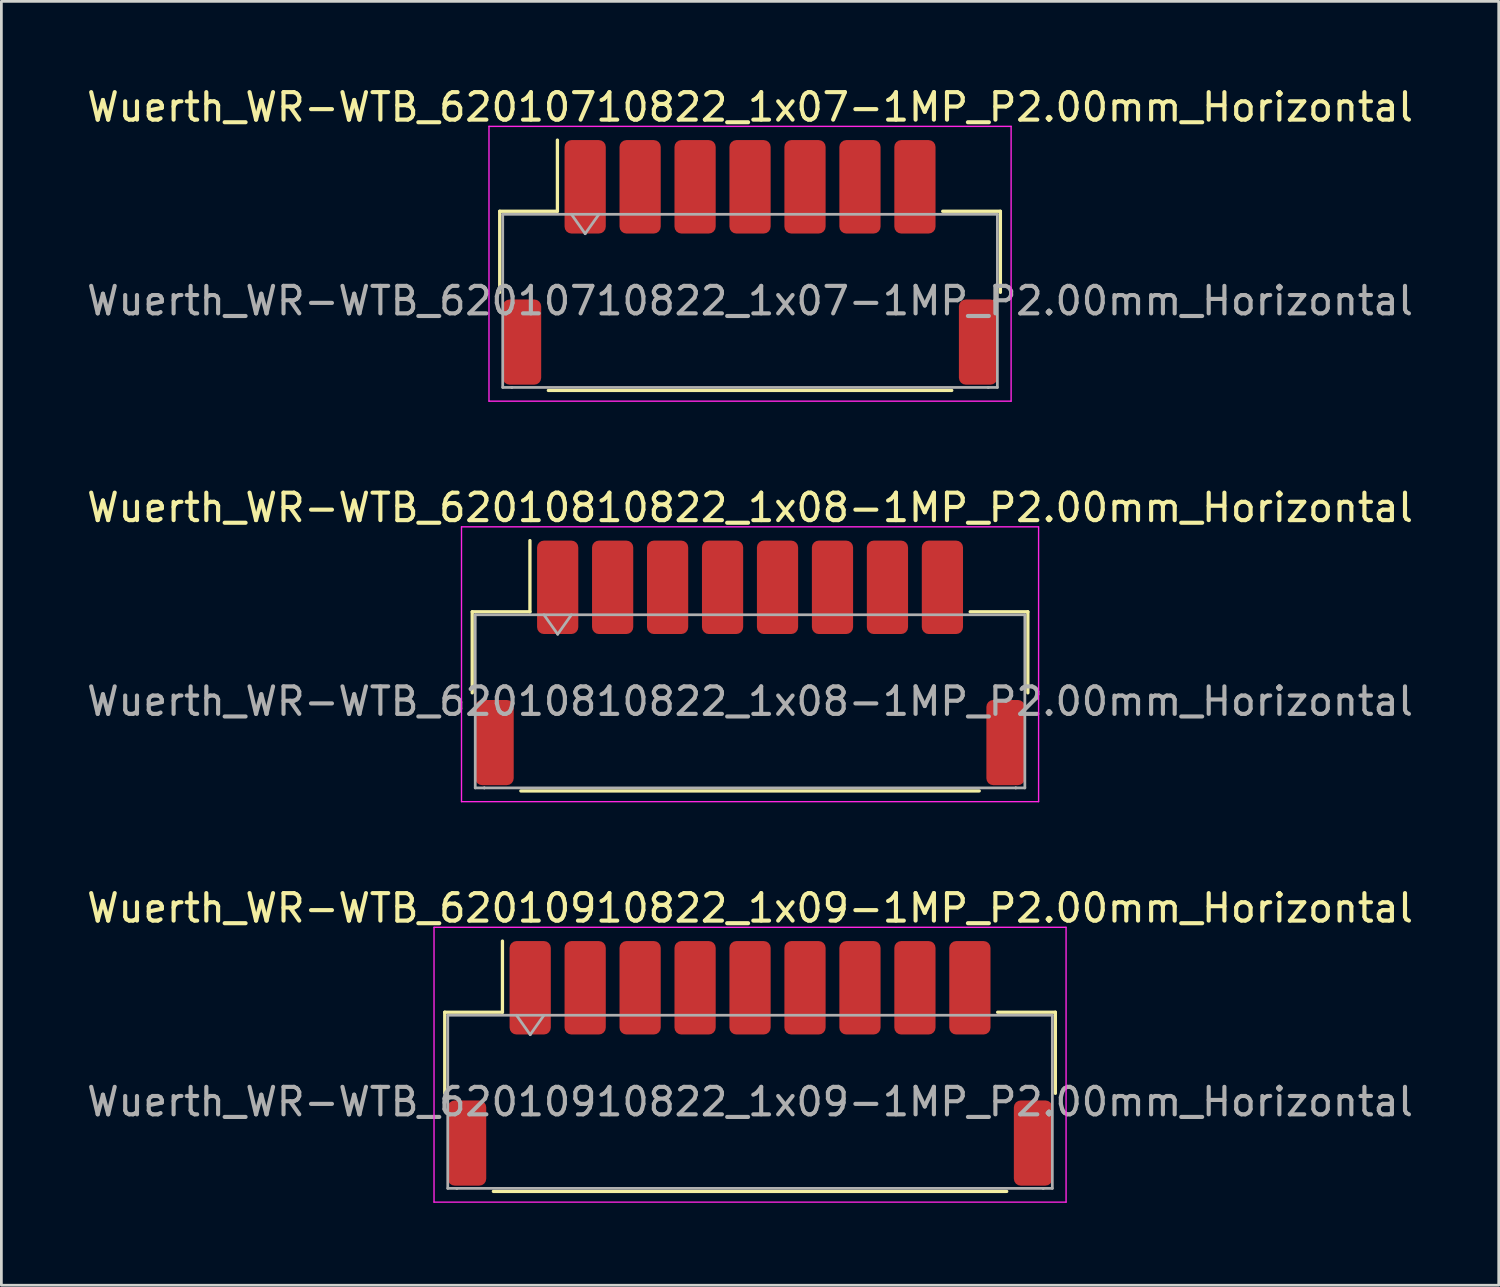
<source format=kicad_pcb>
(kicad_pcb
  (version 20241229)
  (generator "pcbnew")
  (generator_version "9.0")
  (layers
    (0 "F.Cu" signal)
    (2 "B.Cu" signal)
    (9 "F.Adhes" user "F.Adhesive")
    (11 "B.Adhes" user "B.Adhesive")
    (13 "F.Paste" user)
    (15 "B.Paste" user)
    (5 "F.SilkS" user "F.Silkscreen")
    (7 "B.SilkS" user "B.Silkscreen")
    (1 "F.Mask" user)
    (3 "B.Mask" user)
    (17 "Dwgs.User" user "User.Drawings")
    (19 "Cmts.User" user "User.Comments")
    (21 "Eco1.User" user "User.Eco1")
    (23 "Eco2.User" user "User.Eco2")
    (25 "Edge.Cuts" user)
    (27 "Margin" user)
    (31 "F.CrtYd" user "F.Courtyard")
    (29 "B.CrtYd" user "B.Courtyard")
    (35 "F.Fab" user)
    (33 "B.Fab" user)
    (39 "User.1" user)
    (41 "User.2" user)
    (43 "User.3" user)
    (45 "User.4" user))
  (footprint "Wuerth_WR-WTB_62010810822_1x08-1MP_P2.00mm_Horizontal"
    (layer "F.Cu")
    (at 24.244 21.072)
    (property "Reference" "Wuerth_WR-WTB_62010810822_1x08-1MP_P2.00mm_Horizontal" (at 0 -5.65 0) (layer "F.SilkS") (effects (font (size 1 1) (thickness 0.15))))
    (attr smd)
    (fp_line (start -10.11 -1.86) (end -8.01 -1.86) (stroke (width 0.12) (type solid)) (layer "F.SilkS"))
    (fp_line (start -10.11 1.09) (end -10.11 -1.86) (stroke (width 0.12) (type solid)) (layer "F.SilkS"))
    (fp_line (start -8.34 4.66) (end 8.34 4.66) (stroke (width 0.12) (type solid)) (layer "F.SilkS"))
    (fp_line (start -8.01 -1.86) (end -8.01 -4.45) (stroke (width 0.12) (type solid)) (layer "F.SilkS"))
    (fp_line (start 10.11 -1.86) (end 8.01 -1.86) (stroke (width 0.12) (type solid)) (layer "F.SilkS"))
    (fp_line (start 10.11 1.09) (end 10.11 -1.86) (stroke (width 0.12) (type solid)) (layer "F.SilkS"))
    (fp_line (start -10.5 -4.95) (end -10.5 5.05) (stroke (width 0.05) (type solid)) (layer "F.CrtYd"))
    (fp_line (start -10.5 5.05) (end 10.5 5.05) (stroke (width 0.05) (type solid)) (layer "F.CrtYd"))
    (fp_line (start 10.5 -4.95) (end -10.5 -4.95) (stroke (width 0.05) (type solid)) (layer "F.CrtYd"))
    (fp_line (start 10.5 5.05) (end 10.5 -4.95) (stroke (width 0.05) (type solid)) (layer "F.CrtYd"))
    (fp_line (start -10 -1.75) (end -10 4.55) (stroke (width 0.1) (type solid)) (layer "F.Fab"))
    (fp_line (start -10 -1.75) (end 10 -1.75) (stroke (width 0.1) (type solid)) (layer "F.Fab"))
    (fp_line (start -10 4.55) (end -9.67 4.55) (stroke (width 0.1) (type solid)) (layer "F.Fab"))
    (fp_line (start -9.67 4.55) (end -9.67 4.55) (stroke (width 0.1) (type solid)) (layer "F.Fab"))
    (fp_line (start -9.67 4.55) (end 9.67 4.55) (stroke (width 0.1) (type solid)) (layer "F.Fab"))
    (fp_line (start -7.5 -1.75) (end -7 -1.043) (stroke (width 0.1) (type solid)) (layer "F.Fab"))
    (fp_line (start -7 -1.043) (end -6.5 -1.75) (stroke (width 0.1) (type solid)) (layer "F.Fab"))
    (fp_line (start 9.67 4.55) (end 9.67 4.55) (stroke (width 0.1) (type solid)) (layer "F.Fab"))
    (fp_line (start 9.67 4.55) (end 10 4.55) (stroke (width 0.1) (type solid)) (layer "F.Fab"))
    (fp_line (start 10 -1.75) (end 10 4.55) (stroke (width 0.1) (type solid)) (layer "F.Fab"))
    (fp_text user "${REFERENCE}" (at 0 1.4 0) (layer "F.Fab") (effects (font (size 1 1) (thickness 0.15))))
    (pad "1" smd roundrect (at -7 -2.75) (size 1.5 3.4) (layers "F.Cu" "F.Mask" "F.Paste") (roundrect_rratio 0.167))
    (pad "2" smd roundrect (at -5 -2.75) (size 1.5 3.4) (layers "F.Cu" "F.Mask" "F.Paste") (roundrect_rratio 0.167))
    (pad "3" smd roundrect (at -3 -2.75) (size 1.5 3.4) (layers "F.Cu" "F.Mask" "F.Paste") (roundrect_rratio 0.167))
    (pad "4" smd roundrect (at -1 -2.75) (size 1.5 3.4) (layers "F.Cu" "F.Mask" "F.Paste") (roundrect_rratio 0.167))
    (pad "5" smd roundrect (at 1 -2.75) (size 1.5 3.4) (layers "F.Cu" "F.Mask" "F.Paste") (roundrect_rratio 0.167))
    (pad "6" smd roundrect (at 3 -2.75) (size 1.5 3.4) (layers "F.Cu" "F.Mask" "F.Paste") (roundrect_rratio 0.167))
    (pad "7" smd roundrect (at 5 -2.75) (size 1.5 3.4) (layers "F.Cu" "F.Mask" "F.Paste") (roundrect_rratio 0.167))
    (pad "8" smd roundrect (at 7 -2.75) (size 1.5 3.4) (layers "F.Cu" "F.Mask" "F.Paste") (roundrect_rratio 0.167))
    (pad "MP" smd roundrect (at -9.3 2.9) (size 1.4 3.1) (layers "F.Cu" "F.Mask" "F.Paste") (roundrect_rratio 0.179))
    (pad "MP" smd roundrect (at 9.3 2.9) (size 1.4 3.1) (layers "F.Cu" "F.Mask" "F.Paste") (roundrect_rratio 0.179)))
  (footprint "Wuerth_WR-WTB_62010710822_1x07-1MP_P2.00mm_Horizontal"
    (layer "F.Cu")
    (at 24.244 6.498)
    (property "Reference" "Wuerth_WR-WTB_62010710822_1x07-1MP_P2.00mm_Horizontal" (at 0 -5.65 0) (layer "F.SilkS") (effects (font (size 1 1) (thickness 0.15))))
    (attr smd)
    (fp_line (start -9.11 -1.86) (end -7.01 -1.86) (stroke (width 0.12) (type solid)) (layer "F.SilkS"))
    (fp_line (start -9.11 1.09) (end -9.11 -1.86) (stroke (width 0.12) (type solid)) (layer "F.SilkS"))
    (fp_line (start -7.34 4.66) (end 7.34 4.66) (stroke (width 0.12) (type solid)) (layer "F.SilkS"))
    (fp_line (start -7.01 -1.86) (end -7.01 -4.45) (stroke (width 0.12) (type solid)) (layer "F.SilkS"))
    (fp_line (start 9.11 -1.86) (end 7.01 -1.86) (stroke (width 0.12) (type solid)) (layer "F.SilkS"))
    (fp_line (start 9.11 1.09) (end 9.11 -1.86) (stroke (width 0.12) (type solid)) (layer "F.SilkS"))
    (fp_line (start -9.5 -4.95) (end -9.5 5.05) (stroke (width 0.05) (type solid)) (layer "F.CrtYd"))
    (fp_line (start -9.5 5.05) (end 9.5 5.05) (stroke (width 0.05) (type solid)) (layer "F.CrtYd"))
    (fp_line (start 9.5 -4.95) (end -9.5 -4.95) (stroke (width 0.05) (type solid)) (layer "F.CrtYd"))
    (fp_line (start 9.5 5.05) (end 9.5 -4.95) (stroke (width 0.05) (type solid)) (layer "F.CrtYd"))
    (fp_line (start -9 -1.75) (end -9 4.55) (stroke (width 0.1) (type solid)) (layer "F.Fab"))
    (fp_line (start -9 -1.75) (end 9 -1.75) (stroke (width 0.1) (type solid)) (layer "F.Fab"))
    (fp_line (start -9 4.55) (end -8.67 4.55) (stroke (width 0.1) (type solid)) (layer "F.Fab"))
    (fp_line (start -8.67 4.55) (end -8.67 4.55) (stroke (width 0.1) (type solid)) (layer "F.Fab"))
    (fp_line (start -8.67 4.55) (end 8.67 4.55) (stroke (width 0.1) (type solid)) (layer "F.Fab"))
    (fp_line (start -6.5 -1.75) (end -6 -1.043) (stroke (width 0.1) (type solid)) (layer "F.Fab"))
    (fp_line (start -6 -1.043) (end -5.5 -1.75) (stroke (width 0.1) (type solid)) (layer "F.Fab"))
    (fp_line (start 8.67 4.55) (end 8.67 4.55) (stroke (width 0.1) (type solid)) (layer "F.Fab"))
    (fp_line (start 8.67 4.55) (end 9 4.55) (stroke (width 0.1) (type solid)) (layer "F.Fab"))
    (fp_line (start 9 -1.75) (end 9 4.55) (stroke (width 0.1) (type solid)) (layer "F.Fab"))
    (fp_text user "${REFERENCE}" (at 0 1.4 0) (layer "F.Fab") (effects (font (size 1 1) (thickness 0.15))))
    (pad "1" smd roundrect (at -6 -2.75) (size 1.5 3.4) (layers "F.Cu" "F.Mask" "F.Paste") (roundrect_rratio 0.167))
    (pad "2" smd roundrect (at -4 -2.75) (size 1.5 3.4) (layers "F.Cu" "F.Mask" "F.Paste") (roundrect_rratio 0.167))
    (pad "3" smd roundrect (at -2 -2.75) (size 1.5 3.4) (layers "F.Cu" "F.Mask" "F.Paste") (roundrect_rratio 0.167))
    (pad "4" smd roundrect (at 0 -2.75) (size 1.5 3.4) (layers "F.Cu" "F.Mask" "F.Paste") (roundrect_rratio 0.167))
    (pad "5" smd roundrect (at 2 -2.75) (size 1.5 3.4) (layers "F.Cu" "F.Mask" "F.Paste") (roundrect_rratio 0.167))
    (pad "6" smd roundrect (at 4 -2.75) (size 1.5 3.4) (layers "F.Cu" "F.Mask" "F.Paste") (roundrect_rratio 0.167))
    (pad "7" smd roundrect (at 6 -2.75) (size 1.5 3.4) (layers "F.Cu" "F.Mask" "F.Paste") (roundrect_rratio 0.167))
    (pad "MP" smd roundrect (at -8.3 2.9) (size 1.4 3.1) (layers "F.Cu" "F.Mask" "F.Paste") (roundrect_rratio 0.179))
    (pad "MP" smd roundrect (at 8.3 2.9) (size 1.4 3.1) (layers "F.Cu" "F.Mask" "F.Paste") (roundrect_rratio 0.179)))
  (footprint "Wuerth_WR-WTB_62010910822_1x09-1MP_P2.00mm_Horizontal"
    (layer "F.Cu")
    (at 24.244 35.645)
    (property "Reference" "Wuerth_WR-WTB_62010910822_1x09-1MP_P2.00mm_Horizontal" (at 0 -5.65 0) (layer "F.SilkS") (effects (font (size 1 1) (thickness 0.15))))
    (attr smd)
    (fp_line (start -11.11 -1.86) (end -9.01 -1.86) (stroke (width 0.12) (type solid)) (layer "F.SilkS"))
    (fp_line (start -11.11 1.09) (end -11.11 -1.86) (stroke (width 0.12) (type solid)) (layer "F.SilkS"))
    (fp_line (start -9.34 4.66) (end 9.34 4.66) (stroke (width 0.12) (type solid)) (layer "F.SilkS"))
    (fp_line (start -9.01 -1.86) (end -9.01 -4.45) (stroke (width 0.12) (type solid)) (layer "F.SilkS"))
    (fp_line (start 11.11 -1.86) (end 9.01 -1.86) (stroke (width 0.12) (type solid)) (layer "F.SilkS"))
    (fp_line (start 11.11 1.09) (end 11.11 -1.86) (stroke (width 0.12) (type solid)) (layer "F.SilkS"))
    (fp_line (start -11.5 -4.95) (end -11.5 5.05) (stroke (width 0.05) (type solid)) (layer "F.CrtYd"))
    (fp_line (start -11.5 5.05) (end 11.5 5.05) (stroke (width 0.05) (type solid)) (layer "F.CrtYd"))
    (fp_line (start 11.5 -4.95) (end -11.5 -4.95) (stroke (width 0.05) (type solid)) (layer "F.CrtYd"))
    (fp_line (start 11.5 5.05) (end 11.5 -4.95) (stroke (width 0.05) (type solid)) (layer "F.CrtYd"))
    (fp_line (start -11 -1.75) (end -11 4.55) (stroke (width 0.1) (type solid)) (layer "F.Fab"))
    (fp_line (start -11 -1.75) (end 11 -1.75) (stroke (width 0.1) (type solid)) (layer "F.Fab"))
    (fp_line (start -11 4.55) (end -10.67 4.55) (stroke (width 0.1) (type solid)) (layer "F.Fab"))
    (fp_line (start -10.67 4.55) (end -10.67 4.55) (stroke (width 0.1) (type solid)) (layer "F.Fab"))
    (fp_line (start -10.67 4.55) (end 10.67 4.55) (stroke (width 0.1) (type solid)) (layer "F.Fab"))
    (fp_line (start -8.5 -1.75) (end -8 -1.043) (stroke (width 0.1) (type solid)) (layer "F.Fab"))
    (fp_line (start -8 -1.043) (end -7.5 -1.75) (stroke (width 0.1) (type solid)) (layer "F.Fab"))
    (fp_line (start 10.67 4.55) (end 10.67 4.55) (stroke (width 0.1) (type solid)) (layer "F.Fab"))
    (fp_line (start 10.67 4.55) (end 11 4.55) (stroke (width 0.1) (type solid)) (layer "F.Fab"))
    (fp_line (start 11 -1.75) (end 11 4.55) (stroke (width 0.1) (type solid)) (layer "F.Fab"))
    (fp_text user "${REFERENCE}" (at 0 1.4 0) (layer "F.Fab") (effects (font (size 1 1) (thickness 0.15))))
    (pad "1" smd roundrect (at -8 -2.75) (size 1.5 3.4) (layers "F.Cu" "F.Mask" "F.Paste") (roundrect_rratio 0.167))
    (pad "2" smd roundrect (at -6 -2.75) (size 1.5 3.4) (layers "F.Cu" "F.Mask" "F.Paste") (roundrect_rratio 0.167))
    (pad "3" smd roundrect (at -4 -2.75) (size 1.5 3.4) (layers "F.Cu" "F.Mask" "F.Paste") (roundrect_rratio 0.167))
    (pad "4" smd roundrect (at -2 -2.75) (size 1.5 3.4) (layers "F.Cu" "F.Mask" "F.Paste") (roundrect_rratio 0.167))
    (pad "5" smd roundrect (at 0 -2.75) (size 1.5 3.4) (layers "F.Cu" "F.Mask" "F.Paste") (roundrect_rratio 0.167))
    (pad "6" smd roundrect (at 2 -2.75) (size 1.5 3.4) (layers "F.Cu" "F.Mask" "F.Paste") (roundrect_rratio 0.167))
    (pad "7" smd roundrect (at 4 -2.75) (size 1.5 3.4) (layers "F.Cu" "F.Mask" "F.Paste") (roundrect_rratio 0.167))
    (pad "8" smd roundrect (at 6 -2.75) (size 1.5 3.4) (layers "F.Cu" "F.Mask" "F.Paste") (roundrect_rratio 0.167))
    (pad "9" smd roundrect (at 8 -2.75) (size 1.5 3.4) (layers "F.Cu" "F.Mask" "F.Paste") (roundrect_rratio 0.167))
    (pad "MP" smd roundrect (at -10.3 2.9) (size 1.4 3.1) (layers "F.Cu" "F.Mask" "F.Paste") (roundrect_rratio 0.179))
    (pad "MP" smd roundrect (at 10.3 2.9) (size 1.4 3.1) (layers "F.Cu" "F.Mask" "F.Paste") (roundrect_rratio 0.179)))
  (gr_rect
    (start -3 -3)
    (end 51.488 43.72)
    (stroke (width 0.1) (type default))
    (fill no)
    (layer "Edge.Cuts")))
</source>
